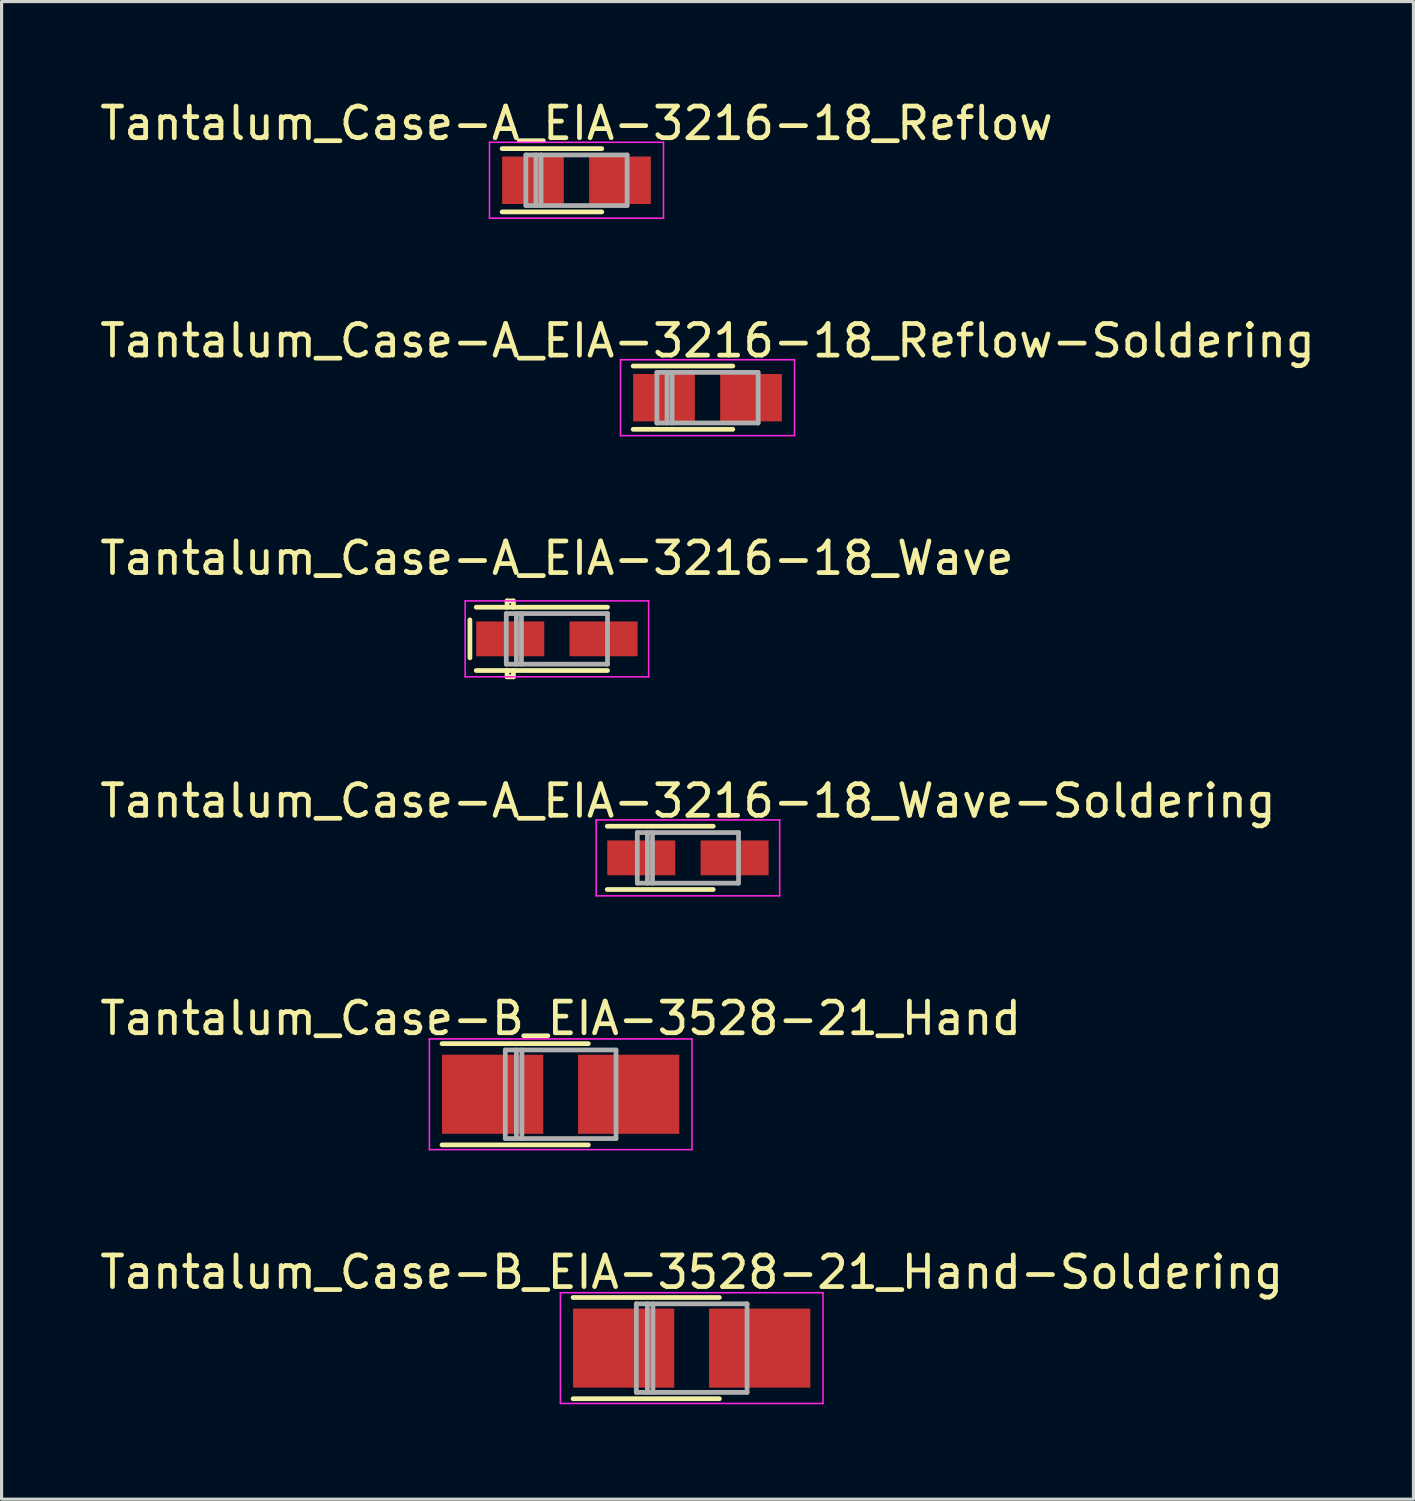
<source format=kicad_pcb>
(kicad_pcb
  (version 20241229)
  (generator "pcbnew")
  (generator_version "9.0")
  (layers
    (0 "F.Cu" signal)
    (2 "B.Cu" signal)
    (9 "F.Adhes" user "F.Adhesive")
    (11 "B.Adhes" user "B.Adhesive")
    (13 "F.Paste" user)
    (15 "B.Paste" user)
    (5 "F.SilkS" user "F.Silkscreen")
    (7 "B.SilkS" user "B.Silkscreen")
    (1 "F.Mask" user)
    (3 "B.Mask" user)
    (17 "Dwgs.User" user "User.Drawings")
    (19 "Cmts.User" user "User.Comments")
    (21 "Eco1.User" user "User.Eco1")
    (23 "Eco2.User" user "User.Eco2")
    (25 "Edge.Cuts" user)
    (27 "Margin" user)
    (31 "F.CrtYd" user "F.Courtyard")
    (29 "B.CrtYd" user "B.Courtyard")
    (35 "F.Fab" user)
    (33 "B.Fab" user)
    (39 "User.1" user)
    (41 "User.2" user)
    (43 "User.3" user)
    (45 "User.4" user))
  (footprint "Tantalum_Case-B_EIA-3528-21_Hand"
    (layer "F.Cu")
    (at 14.673 31.541)
    (property "Reference" "Tantalum_Case-B_EIA-3528-21_Hand" (at 0 -2.4 0) (layer "F.SilkS") (effects (font (size 1 1) (thickness 0.15))))
    (attr smd)
    (fp_line (start 0.875 -1.6) (end -3.75 -1.6) (stroke (width 0.15) (type solid)) (layer "F.SilkS"))
    (fp_line (start 0.875 1.6) (end -3.75 1.6) (stroke (width 0.15) (type solid)) (layer "F.SilkS"))
    (fp_line (start -4.15 -1.75) (end -4.15 1.75) (stroke (width 0.05) (type solid)) (layer "F.CrtYd"))
    (fp_line (start -4.15 1.75) (end 4.15 1.75) (stroke (width 0.05) (type solid)) (layer "F.CrtYd"))
    (fp_line (start 4.15 -1.75) (end -4.15 -1.75) (stroke (width 0.05) (type solid)) (layer "F.CrtYd"))
    (fp_line (start 4.15 1.75) (end 4.15 -1.75) (stroke (width 0.05) (type solid)) (layer "F.CrtYd"))
    (fp_line (start -1.75 -1.4) (end -1.75 1.4) (stroke (width 0.15) (type solid)) (layer "F.Fab"))
    (fp_line (start -1.75 1.4) (end 1.75 1.4) (stroke (width 0.15) (type solid)) (layer "F.Fab"))
    (fp_line (start -1.4 -1.4) (end -1.4 1.4) (stroke (width 0.15) (type solid)) (layer "F.Fab"))
    (fp_line (start -1.225 -1.4) (end -1.225 1.4) (stroke (width 0.15) (type solid)) (layer "F.Fab"))
    (fp_line (start 1.75 -1.4) (end -1.75 -1.4) (stroke (width 0.15) (type solid)) (layer "F.Fab"))
    (fp_line (start 1.75 1.4) (end 1.75 -1.4) (stroke (width 0.15) (type solid)) (layer "F.Fab"))
    (pad "1" smd rect (at -2.15 0) (size 3.2 2.5) (layers "F.Cu" "F.Mask" "F.Paste"))
    (pad "2" smd rect (at 2.15 0) (size 3.2 2.5) (layers "F.Cu" "F.Mask" "F.Paste")))
  (footprint "Tantalum_Case-A_EIA-3216-18_Reflow"
    (layer "F.Cu")
    (at 15.173 2.648)
    (property "Reference" "Tantalum_Case-A_EIA-3216-18_Reflow" (at 0 -1.8 0) (layer "F.SilkS") (effects (font (size 1 1) (thickness 0.15))))
    (attr smd)
    (fp_line (start 0.8 -1) (end -2.35 -1) (stroke (width 0.15) (type solid)) (layer "F.SilkS"))
    (fp_line (start 0.8 1) (end -2.35 1) (stroke (width 0.15) (type solid)) (layer "F.SilkS"))
    (fp_line (start -2.75 -1.2) (end -2.75 1.2) (stroke (width 0.05) (type solid)) (layer "F.CrtYd"))
    (fp_line (start -2.75 1.2) (end 2.75 1.2) (stroke (width 0.05) (type solid)) (layer "F.CrtYd"))
    (fp_line (start 2.75 -1.2) (end -2.75 -1.2) (stroke (width 0.05) (type solid)) (layer "F.CrtYd"))
    (fp_line (start 2.75 1.2) (end 2.75 -1.2) (stroke (width 0.05) (type solid)) (layer "F.CrtYd"))
    (fp_line (start -1.6 -0.8) (end -1.6 0.8) (stroke (width 0.15) (type solid)) (layer "F.Fab"))
    (fp_line (start -1.6 0.8) (end 1.6 0.8) (stroke (width 0.15) (type solid)) (layer "F.Fab"))
    (fp_line (start -1.28 -0.8) (end -1.28 0.8) (stroke (width 0.15) (type solid)) (layer "F.Fab"))
    (fp_line (start -1.12 -0.8) (end -1.12 0.8) (stroke (width 0.15) (type solid)) (layer "F.Fab"))
    (fp_line (start 1.6 -0.8) (end -1.6 -0.8) (stroke (width 0.15) (type solid)) (layer "F.Fab"))
    (fp_line (start 1.6 0.8) (end 1.6 -0.8) (stroke (width 0.15) (type solid)) (layer "F.Fab"))
    (pad "1" smd rect (at -1.375 0) (size 1.95 1.5) (layers "F.Cu" "F.Mask" "F.Paste"))
    (pad "2" smd rect (at 1.375 0) (size 1.95 1.5) (layers "F.Cu" "F.Mask" "F.Paste")))
  (footprint "Tantalum_Case-A_EIA-3216-18_Wave"
    (layer "F.Cu")
    (at 14.554 17.145)
    (property "Reference" "Tantalum_Case-A_EIA-3216-18_Wave" (at 0 -2.55 0) (layer "F.SilkS") (effects (font (size 1 1) (thickness 0.15))))
    (attr smd)
    (fp_line (start -2.75 -0.6) (end -2.75 0.6) (stroke (width 0.15) (type solid)) (layer "F.SilkS"))
    (fp_line (start -1.575 -1.2) (end -1.375 -1.2) (stroke (width 0.15) (type solid)) (layer "F.SilkS"))
    (fp_line (start -1.575 -1) (end -1.575 -1.2) (stroke (width 0.15) (type solid)) (layer "F.SilkS"))
    (fp_line (start -1.575 1) (end -1.575 1.2) (stroke (width 0.15) (type solid)) (layer "F.SilkS"))
    (fp_line (start -1.575 1.2) (end -1.375 1.2) (stroke (width 0.15) (type solid)) (layer "F.SilkS"))
    (fp_line (start -1.375 -1.2) (end -1.375 -1) (stroke (width 0.15) (type solid)) (layer "F.SilkS"))
    (fp_line (start -1.375 1.2) (end -1.375 1) (stroke (width 0.15) (type solid)) (layer "F.SilkS"))
    (fp_line (start 1.6 -1) (end -2.55 -1) (stroke (width 0.15) (type solid)) (layer "F.SilkS"))
    (fp_line (start 1.6 1) (end -2.55 1) (stroke (width 0.15) (type solid)) (layer "F.SilkS"))
    (fp_line (start -2.9 -1.2) (end -2.9 1.2) (stroke (width 0.05) (type solid)) (layer "F.CrtYd"))
    (fp_line (start -2.9 1.2) (end 2.9 1.2) (stroke (width 0.05) (type solid)) (layer "F.CrtYd"))
    (fp_line (start 2.9 -1.2) (end -2.9 -1.2) (stroke (width 0.05) (type solid)) (layer "F.CrtYd"))
    (fp_line (start 2.9 1.2) (end 2.9 -1.2) (stroke (width 0.05) (type solid)) (layer "F.CrtYd"))
    (fp_line (start -1.6 -0.8) (end -1.6 0.8) (stroke (width 0.15) (type solid)) (layer "F.Fab"))
    (fp_line (start -1.6 0.8) (end 1.6 0.8) (stroke (width 0.15) (type solid)) (layer "F.Fab"))
    (fp_line (start -1.28 -0.8) (end -1.28 0.8) (stroke (width 0.15) (type solid)) (layer "F.Fab"))
    (fp_line (start -1.12 -0.8) (end -1.12 0.8) (stroke (width 0.15) (type solid)) (layer "F.Fab"))
    (fp_line (start 1.6 -0.8) (end -1.6 -0.8) (stroke (width 0.15) (type solid)) (layer "F.Fab"))
    (fp_line (start 1.6 0.8) (end 1.6 -0.8) (stroke (width 0.15) (type solid)) (layer "F.Fab"))
    (pad "1" smd rect (at -1.475 0) (size 2.15 1.1) (layers "F.Cu" "F.Mask" "F.Paste"))
    (pad "2" smd rect (at 1.475 0) (size 2.15 1.1) (layers "F.Cu" "F.Mask" "F.Paste")))
  (footprint "Tantalum_Case-A_EIA-3216-18_Reflow-Soldering"
    (layer "F.Cu")
    (at 19.315 9.521)
    (property "Reference" "Tantalum_Case-A_EIA-3216-18_Reflow-Soldering" (at 0 -1.8 0) (layer "F.SilkS") (effects (font (size 1 1) (thickness 0.15))))
    (attr smd)
    (fp_line (start 0.8 -1) (end -2.35 -1) (stroke (width 0.15) (type solid)) (layer "F.SilkS"))
    (fp_line (start 0.8 1) (end -2.35 1) (stroke (width 0.15) (type solid)) (layer "F.SilkS"))
    (fp_line (start -2.75 -1.2) (end -2.75 1.2) (stroke (width 0.05) (type solid)) (layer "F.CrtYd"))
    (fp_line (start -2.75 1.2) (end 2.75 1.2) (stroke (width 0.05) (type solid)) (layer "F.CrtYd"))
    (fp_line (start 2.75 -1.2) (end -2.75 -1.2) (stroke (width 0.05) (type solid)) (layer "F.CrtYd"))
    (fp_line (start 2.75 1.2) (end 2.75 -1.2) (stroke (width 0.05) (type solid)) (layer "F.CrtYd"))
    (fp_line (start -1.6 -0.8) (end -1.6 0.8) (stroke (width 0.15) (type solid)) (layer "F.Fab"))
    (fp_line (start -1.6 0.8) (end 1.6 0.8) (stroke (width 0.15) (type solid)) (layer "F.Fab"))
    (fp_line (start -1.28 -0.8) (end -1.28 0.8) (stroke (width 0.15) (type solid)) (layer "F.Fab"))
    (fp_line (start -1.12 -0.8) (end -1.12 0.8) (stroke (width 0.15) (type solid)) (layer "F.Fab"))
    (fp_line (start 1.6 -0.8) (end -1.6 -0.8) (stroke (width 0.15) (type solid)) (layer "F.Fab"))
    (fp_line (start 1.6 0.8) (end 1.6 -0.8) (stroke (width 0.15) (type solid)) (layer "F.Fab"))
    (pad "1" smd rect (at -1.375 0) (size 1.95 1.5) (layers "F.Cu" "F.Mask" "F.Paste"))
    (pad "2" smd rect (at 1.375 0) (size 1.95 1.5) (layers "F.Cu" "F.Mask" "F.Paste")))
  (footprint "Tantalum_Case-A_EIA-3216-18_Wave-Soldering"
    (layer "F.Cu")
    (at 18.696 24.068)
    (property "Reference" "Tantalum_Case-A_EIA-3216-18_Wave-Soldering" (at 0 -1.8 0) (layer "F.SilkS") (effects (font (size 1 1) (thickness 0.15))))
    (attr smd)
    (fp_line (start 0.8 -1) (end -2.55 -1) (stroke (width 0.15) (type solid)) (layer "F.SilkS"))
    (fp_line (start 0.8 1) (end -2.55 1) (stroke (width 0.15) (type solid)) (layer "F.SilkS"))
    (fp_line (start -2.9 -1.2) (end -2.9 1.2) (stroke (width 0.05) (type solid)) (layer "F.CrtYd"))
    (fp_line (start -2.9 1.2) (end 2.9 1.2) (stroke (width 0.05) (type solid)) (layer "F.CrtYd"))
    (fp_line (start 2.9 -1.2) (end -2.9 -1.2) (stroke (width 0.05) (type solid)) (layer "F.CrtYd"))
    (fp_line (start 2.9 1.2) (end 2.9 -1.2) (stroke (width 0.05) (type solid)) (layer "F.CrtYd"))
    (fp_line (start -1.6 -0.8) (end -1.6 0.8) (stroke (width 0.15) (type solid)) (layer "F.Fab"))
    (fp_line (start -1.6 0.8) (end 1.6 0.8) (stroke (width 0.15) (type solid)) (layer "F.Fab"))
    (fp_line (start -1.28 -0.8) (end -1.28 0.8) (stroke (width 0.15) (type solid)) (layer "F.Fab"))
    (fp_line (start -1.12 -0.8) (end -1.12 0.8) (stroke (width 0.15) (type solid)) (layer "F.Fab"))
    (fp_line (start 1.6 -0.8) (end -1.6 -0.8) (stroke (width 0.15) (type solid)) (layer "F.Fab"))
    (fp_line (start 1.6 0.8) (end 1.6 -0.8) (stroke (width 0.15) (type solid)) (layer "F.Fab"))
    (pad "1" smd rect (at -1.475 0) (size 2.15 1.1) (layers "F.Cu" "F.Mask" "F.Paste"))
    (pad "2" smd rect (at 1.475 0) (size 2.15 1.1) (layers "F.Cu" "F.Mask" "F.Paste")))
  (footprint "Tantalum_Case-B_EIA-3528-21_Hand-Soldering"
    (layer "F.Cu")
    (at 18.815 39.565)
    (property "Reference" "Tantalum_Case-B_EIA-3528-21_Hand-Soldering" (at 0 -2.4 0) (layer "F.SilkS") (effects (font (size 1 1) (thickness 0.15))))
    (attr smd)
    (fp_line (start 0.875 -1.6) (end -3.75 -1.6) (stroke (width 0.15) (type solid)) (layer "F.SilkS"))
    (fp_line (start 0.875 1.6) (end -3.75 1.6) (stroke (width 0.15) (type solid)) (layer "F.SilkS"))
    (fp_line (start -4.15 -1.75) (end -4.15 1.75) (stroke (width 0.05) (type solid)) (layer "F.CrtYd"))
    (fp_line (start -4.15 1.75) (end 4.15 1.75) (stroke (width 0.05) (type solid)) (layer "F.CrtYd"))
    (fp_line (start 4.15 -1.75) (end -4.15 -1.75) (stroke (width 0.05) (type solid)) (layer "F.CrtYd"))
    (fp_line (start 4.15 1.75) (end 4.15 -1.75) (stroke (width 0.05) (type solid)) (layer "F.CrtYd"))
    (fp_line (start -1.75 -1.4) (end -1.75 1.4) (stroke (width 0.15) (type solid)) (layer "F.Fab"))
    (fp_line (start -1.75 1.4) (end 1.75 1.4) (stroke (width 0.15) (type solid)) (layer "F.Fab"))
    (fp_line (start -1.4 -1.4) (end -1.4 1.4) (stroke (width 0.15) (type solid)) (layer "F.Fab"))
    (fp_line (start -1.225 -1.4) (end -1.225 1.4) (stroke (width 0.15) (type solid)) (layer "F.Fab"))
    (fp_line (start 1.75 -1.4) (end -1.75 -1.4) (stroke (width 0.15) (type solid)) (layer "F.Fab"))
    (fp_line (start 1.75 1.4) (end 1.75 -1.4) (stroke (width 0.15) (type solid)) (layer "F.Fab"))
    (pad "1" smd rect (at -2.15 0) (size 3.2 2.5) (layers "F.Cu" "F.Mask" "F.Paste"))
    (pad "2" smd rect (at 2.15 0) (size 3.2 2.5) (layers "F.Cu" "F.Mask" "F.Paste")))
  (gr_rect
    (start -3 -3)
    (end 41.631 44.34)
    (stroke (width 0.1) (type default))
    (fill no)
    (layer "Edge.Cuts")))
</source>
